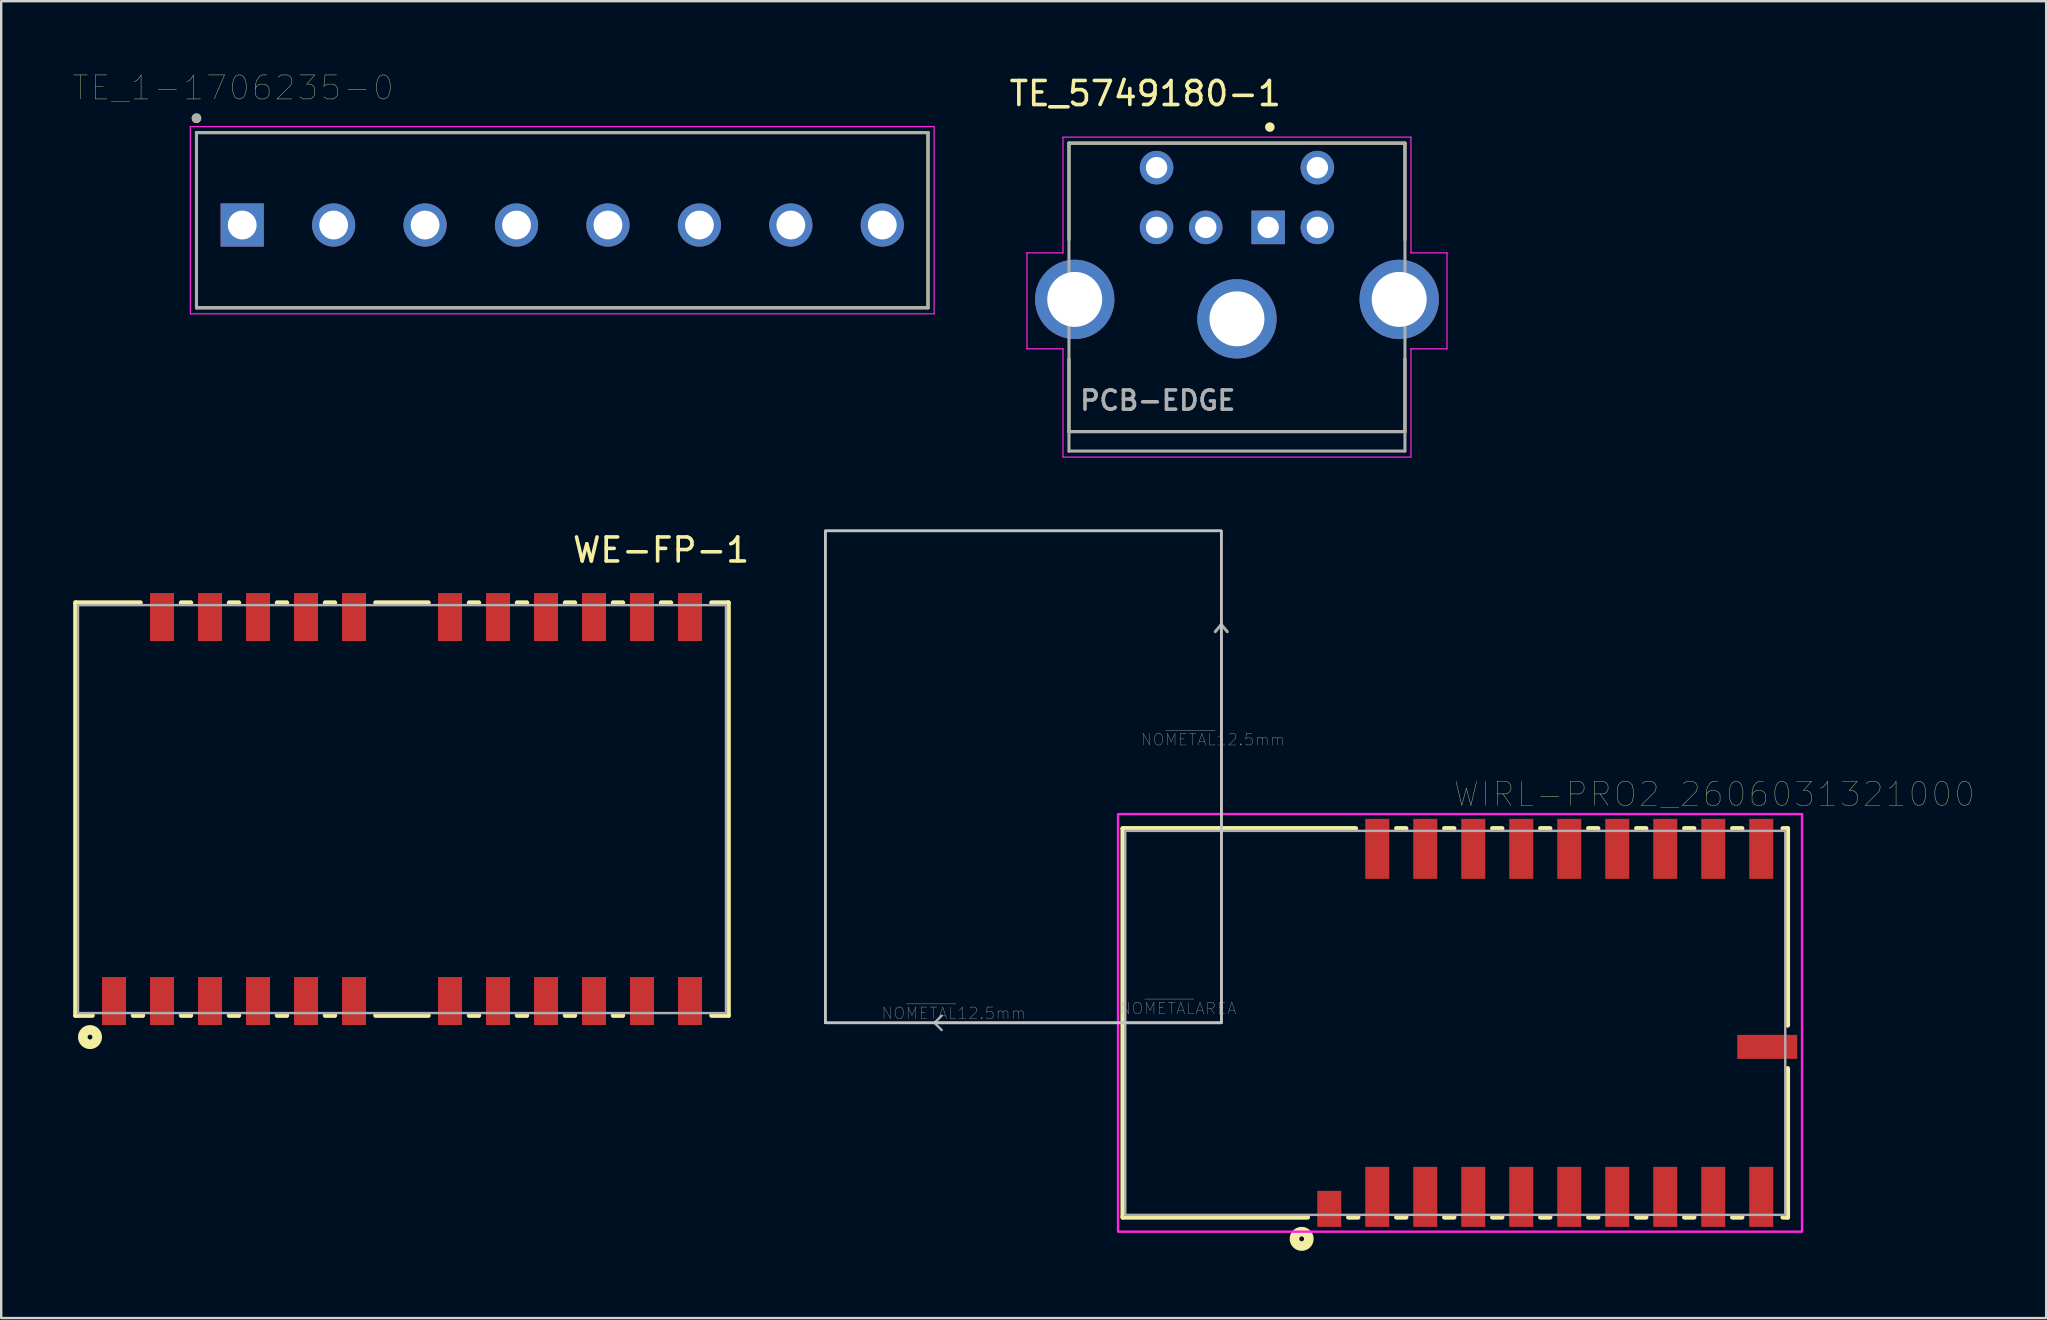
<source format=kicad_pcb>
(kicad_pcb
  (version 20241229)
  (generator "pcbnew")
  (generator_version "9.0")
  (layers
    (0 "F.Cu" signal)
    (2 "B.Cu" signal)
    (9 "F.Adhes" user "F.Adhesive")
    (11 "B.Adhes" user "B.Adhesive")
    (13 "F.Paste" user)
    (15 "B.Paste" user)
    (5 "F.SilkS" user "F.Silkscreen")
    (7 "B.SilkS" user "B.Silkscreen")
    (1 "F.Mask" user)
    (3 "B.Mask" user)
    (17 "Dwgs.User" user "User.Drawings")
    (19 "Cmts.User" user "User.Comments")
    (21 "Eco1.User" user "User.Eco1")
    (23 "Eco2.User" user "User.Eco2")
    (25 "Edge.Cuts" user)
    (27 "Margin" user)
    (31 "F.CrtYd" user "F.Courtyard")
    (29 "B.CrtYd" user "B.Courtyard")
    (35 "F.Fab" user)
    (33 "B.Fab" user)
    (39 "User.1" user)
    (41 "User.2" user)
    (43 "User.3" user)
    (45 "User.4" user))
  (footprint "WIRL-PRO2_2606031321000"
    (layer "F.Cu")
    (at 57.587 39.57)
    (property "Reference" "WIRL-PRO2_2606031321000" (at 10.795 -9.525 0) (layer "F.SilkS") (effects (font (size 1 1) (thickness 0.015))))
    (attr through_hole)
    (fp_line (start -13.85 -8.1) (end -13.85 8.1) (stroke (width 0.2) (type solid)) (layer "F.SilkS"))
    (fp_line (start -13.85 8.1) (end -6.15 8.1) (stroke (width 0.2) (type solid)) (layer "F.SilkS"))
    (fp_line (start -4.15 -8.1) (end -13.85 -8.1) (stroke (width 0.2) (type solid)) (layer "F.SilkS"))
    (fp_line (start -4.05 8.1) (end -4.45 8.1) (stroke (width 0.2) (type solid)) (layer "F.SilkS"))
    (fp_line (start -2.45 -8.1) (end -2.05 -8.1) (stroke (width 0.2) (type solid)) (layer "F.SilkS"))
    (fp_line (start -2.05 8.1) (end -2.45 8.1) (stroke (width 0.2) (type solid)) (layer "F.SilkS"))
    (fp_line (start -0.45 -8.1) (end -0.05 -8.1) (stroke (width 0.2) (type solid)) (layer "F.SilkS"))
    (fp_line (start -0.05 8.1) (end -0.45 8.1) (stroke (width 0.2) (type solid)) (layer "F.SilkS"))
    (fp_line (start 1.55 -8.1) (end 1.95 -8.1) (stroke (width 0.2) (type solid)) (layer "F.SilkS"))
    (fp_line (start 1.95 8.1) (end 1.55 8.1) (stroke (width 0.2) (type solid)) (layer "F.SilkS"))
    (fp_line (start 3.55 -8.1) (end 3.95 -8.1) (stroke (width 0.2) (type solid)) (layer "F.SilkS"))
    (fp_line (start 3.95 8.1) (end 3.55 8.1) (stroke (width 0.2) (type solid)) (layer "F.SilkS"))
    (fp_line (start 5.55 -8.1) (end 5.95 -8.1) (stroke (width 0.2) (type solid)) (layer "F.SilkS"))
    (fp_line (start 5.95 8.1) (end 5.55 8.1) (stroke (width 0.2) (type solid)) (layer "F.SilkS"))
    (fp_line (start 7.55 -8.1) (end 7.95 -8.1) (stroke (width 0.2) (type solid)) (layer "F.SilkS"))
    (fp_line (start 7.95 8.1) (end 7.55 8.1) (stroke (width 0.2) (type solid)) (layer "F.SilkS"))
    (fp_line (start 9.55 -8.1) (end 9.95 -8.1) (stroke (width 0.2) (type solid)) (layer "F.SilkS"))
    (fp_line (start 9.95 8.1) (end 9.55 8.1) (stroke (width 0.2) (type solid)) (layer "F.SilkS"))
    (fp_line (start 11.55 -8.1) (end 11.95 -8.1) (stroke (width 0.2) (type solid)) (layer "F.SilkS"))
    (fp_line (start 11.95 8.1) (end 11.55 8.1) (stroke (width 0.2) (type solid)) (layer "F.SilkS"))
    (fp_line (start 13.65 -8.1) (end 13.85 -8.1) (stroke (width 0.2) (type solid)) (layer "F.SilkS"))
    (fp_line (start 13.85 -8.1) (end 13.85 0.1) (stroke (width 0.2) (type solid)) (layer "F.SilkS"))
    (fp_line (start 13.85 1.9) (end 13.85 8.1) (stroke (width 0.2) (type solid)) (layer "F.SilkS"))
    (fp_line (start 13.85 8.1) (end 13.65 8.1) (stroke (width 0.2) (type solid)) (layer "F.SilkS"))
    (fp_circle (center -6.4 9) (end -6.3 9) (stroke (width 0.4) (type solid)) (fill no) (layer "F.SilkS"))
    (fp_poly (pts (xy -26.25 -20.5) (xy -9.75 -20.5) (xy -9.75 0) (xy -26.25 0)) (stroke (width 0.1) (type solid)) (fill no) (layer "Dwgs.User"))
    (fp_poly (pts (xy -26.25 -20.5) (xy -9.75 -20.5) (xy -9.75 0) (xy -26.25 0)) (stroke (width 0.1) (type solid)) (fill no) (layer "Dwgs.User"))
    (fp_poly (pts (xy -26.25 -20.5) (xy -9.75 -20.5) (xy -9.75 0) (xy -26.25 0)) (stroke (width 0.1) (type solid)) (fill no) (layer "Dwgs.User"))
    (fp_poly (pts (xy -14.05 -8.7) (xy 14.45 -8.7) (xy 14.45 8.7) (xy -14.05 8.7)) (stroke (width 0.1) (type solid)) (fill no) (layer "F.CrtYd"))
    (fp_line (start -21.7 0) (end -21.4 -0.3) (stroke (width 0.1) (type solid)) (layer "F.Fab"))
    (fp_line (start -21.7 0) (end -21.4 0.3) (stroke (width 0.1) (type solid)) (layer "F.Fab"))
    (fp_line (start -13.75 -8) (end -13.75 8) (stroke (width 0.1) (type solid)) (layer "F.Fab"))
    (fp_line (start -13.75 8) (end 13.75 8) (stroke (width 0.1) (type solid)) (layer "F.Fab"))
    (fp_line (start -9.75 -16.6) (end -10 -16.3) (stroke (width 0.127) (type solid)) (layer "F.Fab"))
    (fp_line (start -9.75 -16.6) (end -9.5 -16.3) (stroke (width 0.127) (type solid)) (layer "F.Fab"))
    (fp_line (start -9.75 0) (end -21.7 0) (stroke (width 0.1) (type solid)) (layer "F.Fab"))
    (fp_line (start -9.75 0) (end -9.75 -16.6) (stroke (width 0.1) (type solid)) (layer "F.Fab"))
    (fp_line (start 13.75 -8) (end -13.75 -8) (stroke (width 0.1) (type solid)) (layer "F.Fab"))
    (fp_line (start 13.75 8) (end 13.75 -8) (stroke (width 0.1) (type solid)) (layer "F.Fab"))
    (fp_text user "NO~{METAL}12.5mm" (at -20.9 -0.4 0) (layer "F.Fab") (effects (font (size 0.48 0.48) (thickness 0.015))))
    (fp_text user "NO~{METAL}AREA" (at -11.55 -0.6 0) (layer "F.Fab") (effects (font (size 0.48 0.48) (thickness 0.015))))
    (fp_text user "NO~{METAL}12.5mm" (at -10.1 -11.8 0) (layer "F.Fab") (effects (font (size 0.48 0.48) (thickness 0.015))))
    (pad "1" smd rect (at -5.25 7.75) (size 1 1.5) (layers "F.Cu" "F.Mask" "F.Paste"))
    (pad "2" smd rect (at -3.25 7.25) (size 1 2.5) (layers "F.Cu" "F.Mask" "F.Paste"))
    (pad "3" smd rect (at -1.25 7.25) (size 1 2.5) (layers "F.Cu" "F.Mask" "F.Paste"))
    (pad "4" smd rect (at 0.75 7.25) (size 1 2.5) (layers "F.Cu" "F.Mask" "F.Paste"))
    (pad "5" smd rect (at 2.75 7.25) (size 1 2.5) (layers "F.Cu" "F.Mask" "F.Paste"))
    (pad "6" smd rect (at 4.75 7.25) (size 1 2.5) (layers "F.Cu" "F.Mask" "F.Paste"))
    (pad "7" smd rect (at 6.75 7.25) (size 1 2.5) (layers "F.Cu" "F.Mask" "F.Paste"))
    (pad "8" smd rect (at 8.75 7.25) (size 1 2.5) (layers "F.Cu" "F.Mask" "F.Paste"))
    (pad "9" smd rect (at 10.75 7.25) (size 1 2.5) (layers "F.Cu" "F.Mask" "F.Paste"))
    (pad "10" smd rect (at 12.75 7.25) (size 1 2.5) (layers "F.Cu" "F.Mask" "F.Paste"))
    (pad "11" smd rect (at 12.75 -7.25) (size 1 2.5) (layers "F.Cu" "F.Mask" "F.Paste"))
    (pad "12" smd rect (at 10.75 -7.25) (size 1 2.5) (layers "F.Cu" "F.Mask" "F.Paste"))
    (pad "13" smd rect (at 8.75 -7.25) (size 1 2.5) (layers "F.Cu" "F.Mask" "F.Paste"))
    (pad "14" smd rect (at 6.75 -7.25) (size 1 2.5) (layers "F.Cu" "F.Mask" "F.Paste"))
    (pad "15" smd rect (at 4.75 -7.25) (size 1 2.5) (layers "F.Cu" "F.Mask" "F.Paste"))
    (pad "16" smd rect (at 2.75 -7.25) (size 1 2.5) (layers "F.Cu" "F.Mask" "F.Paste"))
    (pad "17" smd rect (at 0.75 -7.25) (size 1 2.5) (layers "F.Cu" "F.Mask" "F.Paste"))
    (pad "18" smd rect (at -1.25 -7.25) (size 1 2.5) (layers "F.Cu" "F.Mask" "F.Paste"))
    (pad "19" smd rect (at -3.25 -7.25) (size 1 2.5) (layers "F.Cu" "F.Mask" "F.Paste"))
    (pad "I1" smd rect (at 13 1) (size 2.5 1) (layers "F.Cu" "F.Mask" "F.Paste")))
  (footprint "TE_1-1706235-0"
    (layer "F.Cu")
    (at 20.377 6.326)
    (property "Reference" "TE_1-1706235-0" (at -13.716 -5.715 0) (layer "F.SilkS") (effects (font (size 1 1) (thickness 0.015))))
    (attr through_hole)
    (fp_line (start -15.24 -3.85) (end 15.24 -3.85) (stroke (width 0.127) (type solid)) (layer "F.SilkS"))
    (fp_line (start -15.24 3.45) (end -15.24 -3.85) (stroke (width 0.127) (type solid)) (layer "F.SilkS"))
    (fp_line (start 15.24 -3.85) (end 15.24 3.45) (stroke (width 0.127) (type solid)) (layer "F.SilkS"))
    (fp_line (start 15.24 3.45) (end -15.24 3.45) (stroke (width 0.127) (type solid)) (layer "F.SilkS"))
    (fp_circle (center -15.24 -4.45) (end -15.14 -4.45) (stroke (width 0.2) (type solid)) (fill no) (layer "F.SilkS"))
    (fp_line (start -15.494 -4.1) (end 15.494 -4.1) (stroke (width 0.05) (type solid)) (layer "F.CrtYd"))
    (fp_line (start -15.494 3.7) (end -15.494 -4.1) (stroke (width 0.05) (type solid)) (layer "F.CrtYd"))
    (fp_line (start 15.494 -4.1) (end 15.494 3.7) (stroke (width 0.05) (type solid)) (layer "F.CrtYd"))
    (fp_line (start 15.494 3.7) (end -15.494 3.7) (stroke (width 0.05) (type solid)) (layer "F.CrtYd"))
    (fp_line (start -15.24 -3.85) (end 15.24 -3.85) (stroke (width 0.127) (type solid)) (layer "F.Fab"))
    (fp_line (start -15.24 3.45) (end -15.24 -3.85) (stroke (width 0.127) (type solid)) (layer "F.Fab"))
    (fp_line (start 15.24 -3.85) (end 15.24 3.45) (stroke (width 0.127) (type solid)) (layer "F.Fab"))
    (fp_line (start 15.24 3.45) (end -15.24 3.45) (stroke (width 0.127) (type solid)) (layer "F.Fab"))
    (fp_circle (center -15.24 -4.45) (end -15.14 -4.45) (stroke (width 0.2) (type solid)) (fill no) (layer "F.Fab"))
    (pad "1" thru_hole rect (at -13.335 0) (size 1.8 1.8) (drill 1.2) (layers "*.Cu" "*.Mask"))
    (pad "2" thru_hole circle (at -9.525 0) (size 1.8 1.8) (drill 1.2) (layers "*.Cu" "*.Mask"))
    (pad "3" thru_hole circle (at -5.715 0) (size 1.8 1.8) (drill 1.2) (layers "*.Cu" "*.Mask"))
    (pad "4" thru_hole circle (at -1.905 0) (size 1.8 1.8) (drill 1.2) (layers "*.Cu" "*.Mask"))
    (pad "5" thru_hole circle (at 1.905 0) (size 1.8 1.8) (drill 1.2) (layers "*.Cu" "*.Mask"))
    (pad "6" thru_hole circle (at 5.715 0) (size 1.8 1.8) (drill 1.2) (layers "*.Cu" "*.Mask"))
    (pad "7" thru_hole circle (at 9.525 0) (size 1.8 1.8) (drill 1.2) (layers "*.Cu" "*.Mask"))
    (pad "8" thru_hole circle (at 13.335 0) (size 1.8 1.8) (drill 1.2) (layers "*.Cu" "*.Mask")))
  (footprint "TE_5749180-1"
    (layer "F.Cu")
    (at 48.491 10.235)
    (property "Reference" "TE_5749180-1" (at -3.821 -9.386 0) (layer "F.SilkS") (effects (font (size 1.001 1.001) (thickness 0.15))))
    (attr through_hole)
    (fp_line (start -7 -7.32) (end -7 -3.3) (stroke (width 0.127) (type solid)) (layer "F.SilkS"))
    (fp_line (start -7 1.68) (end -7 4.7) (stroke (width 0.127) (type solid)) (layer "F.SilkS"))
    (fp_line (start -7 4.7) (end 7 4.7) (stroke (width 0.127) (type solid)) (layer "F.SilkS"))
    (fp_line (start 7 -7.32) (end -7 -7.32) (stroke (width 0.127) (type solid)) (layer "F.SilkS"))
    (fp_line (start 7 -3.3) (end 7 -7.32) (stroke (width 0.127) (type solid)) (layer "F.SilkS"))
    (fp_line (start 7 4.7) (end 7 1.68) (stroke (width 0.127) (type solid)) (layer "F.SilkS"))
    (fp_circle (center 1.37 -7.99) (end 1.47 -7.99) (stroke (width 0.2) (type solid)) (fill no) (layer "F.SilkS"))
    (fp_line (start -8.75 -2.75) (end -8.75 1.25) (stroke (width 0.05) (type solid)) (layer "F.CrtYd"))
    (fp_line (start -8.75 1.25) (end -7.25 1.25) (stroke (width 0.05) (type solid)) (layer "F.CrtYd"))
    (fp_line (start -7.25 -7.57) (end -7.25 -2.75) (stroke (width 0.05) (type solid)) (layer "F.CrtYd"))
    (fp_line (start -7.25 -2.75) (end -8.75 -2.75) (stroke (width 0.05) (type solid)) (layer "F.CrtYd"))
    (fp_line (start -7.25 1.25) (end -7.25 5.76) (stroke (width 0.05) (type solid)) (layer "F.CrtYd"))
    (fp_line (start -7.25 5.76) (end 7.25 5.76) (stroke (width 0.05) (type solid)) (layer "F.CrtYd"))
    (fp_line (start 7.25 -7.57) (end -7.25 -7.57) (stroke (width 0.05) (type solid)) (layer "F.CrtYd"))
    (fp_line (start 7.25 -2.75) (end 7.25 -7.57) (stroke (width 0.05) (type solid)) (layer "F.CrtYd"))
    (fp_line (start 7.25 1.25) (end 8.75 1.25) (stroke (width 0.05) (type solid)) (layer "F.CrtYd"))
    (fp_line (start 7.25 5.76) (end 7.25 1.25) (stroke (width 0.05) (type solid)) (layer "F.CrtYd"))
    (fp_line (start 8.75 -2.75) (end 7.25 -2.75) (stroke (width 0.05) (type solid)) (layer "F.CrtYd"))
    (fp_line (start 8.75 1.25) (end 8.75 -2.75) (stroke (width 0.05) (type solid)) (layer "F.CrtYd"))
    (fp_line (start -7 -7.32) (end -7 4.7) (stroke (width 0.127) (type solid)) (layer "F.Fab"))
    (fp_line (start -7 4.7) (end -7 5.51) (stroke (width 0.127) (type solid)) (layer "F.Fab"))
    (fp_line (start -7 4.7) (end 7 4.7) (stroke (width 0.127) (type solid)) (layer "F.Fab"))
    (fp_line (start -7 5.51) (end 7 5.51) (stroke (width 0.127) (type solid)) (layer "F.Fab"))
    (fp_line (start 7 -7.32) (end -7 -7.32) (stroke (width 0.127) (type solid)) (layer "F.Fab"))
    (fp_line (start 7 4.7) (end 7 -7.32) (stroke (width 0.127) (type solid)) (layer "F.Fab"))
    (fp_line (start 7 5.51) (end 7 4.7) (stroke (width 0.127) (type solid)) (layer "F.Fab"))
    (fp_text user "PCB-EDGE" (at -3.3 3.4 0) (layer "F.Fab") (effects (font (size 0.801 0.801) (thickness 0.15))))
    (pad "1" thru_hole rect (at 1.3 -3.81) (size 1.398 1.398) (drill 0.89) (layers "*.Cu" "*.Mask"))
    (pad "2" thru_hole circle (at -1.3 -3.81) (size 1.398 1.398) (drill 0.89) (layers "*.Cu" "*.Mask"))
    (pad "3" thru_hole circle (at 3.35 -3.81) (size 1.398 1.398) (drill 0.89) (layers "*.Cu" "*.Mask"))
    (pad "4" thru_hole circle (at -3.35 -3.81) (size 1.398 1.398) (drill 0.89) (layers "*.Cu" "*.Mask"))
    (pad "5" thru_hole circle (at 3.35 -6.3) (size 1.398 1.398) (drill 0.89) (layers "*.Cu" "*.Mask"))
    (pad "6" thru_hole circle (at -3.35 -6.3) (size 1.398 1.398) (drill 0.89) (layers "*.Cu" "*.Mask"))
    (pad "S1" thru_hole circle (at 0 0) (size 3.306 3.306) (drill 2.29) (layers "*.Cu" "*.Mask"))
    (pad "S2" thru_hole circle (at -6.76 -0.81) (size 3.306 3.306) (drill 2.29) (layers "*.Cu" "*.Mask"))
    (pad "S3" thru_hole circle (at 6.76 -0.81) (size 3.306 3.306) (drill 2.29) (layers "*.Cu" "*.Mask")))
  (footprint "WE-FP-1"
    (layer "F.Cu")
    (at 13.7 30.663)
    (property "Reference" "WE-FP-1" (at 10.795 -10.795 0) (layer "F.SilkS") (effects (font (size 1 1) (thickness 0.15))))
    (attr smd)
    (fp_line (start -13.6 -8.6) (end -13.6 8.6) (stroke (width 0.2) (type solid)) (layer "F.SilkS"))
    (fp_line (start -13.6 8.6) (end -12.9 8.6) (stroke (width 0.2) (type solid)) (layer "F.SilkS"))
    (fp_line (start -10.9 -8.6) (end -13.6 -8.6) (stroke (width 0.2) (type solid)) (layer "F.SilkS"))
    (fp_line (start -10.8 8.6) (end -11.2 8.6) (stroke (width 0.2) (type solid)) (layer "F.SilkS"))
    (fp_line (start -9.2 -8.6) (end -8.8 -8.6) (stroke (width 0.2) (type solid)) (layer "F.SilkS"))
    (fp_line (start -8.8 8.6) (end -9.2 8.6) (stroke (width 0.2) (type solid)) (layer "F.SilkS"))
    (fp_line (start -7.2 -8.6) (end -6.8 -8.6) (stroke (width 0.2) (type solid)) (layer "F.SilkS"))
    (fp_line (start -6.8 8.6) (end -7.2 8.6) (stroke (width 0.2) (type solid)) (layer "F.SilkS"))
    (fp_line (start -5.2 -8.6) (end -4.8 -8.6) (stroke (width 0.2) (type solid)) (layer "F.SilkS"))
    (fp_line (start -4.8 8.6) (end -5.2 8.6) (stroke (width 0.2) (type solid)) (layer "F.SilkS"))
    (fp_line (start -3.2 -8.6) (end -2.8 -8.6) (stroke (width 0.2) (type solid)) (layer "F.SilkS"))
    (fp_line (start -2.8 8.6) (end -3.2 8.6) (stroke (width 0.2) (type solid)) (layer "F.SilkS"))
    (fp_line (start -1.1 -8.6) (end 1.1 -8.6) (stroke (width 0.2) (type solid)) (layer "F.SilkS"))
    (fp_line (start 1.1 8.6) (end -1.1 8.6) (stroke (width 0.2) (type solid)) (layer "F.SilkS"))
    (fp_line (start 2.8 -8.6) (end 3.2 -8.6) (stroke (width 0.2) (type solid)) (layer "F.SilkS"))
    (fp_line (start 3.2 8.6) (end 2.8 8.6) (stroke (width 0.2) (type solid)) (layer "F.SilkS"))
    (fp_line (start 4.8 -8.6) (end 5.2 -8.6) (stroke (width 0.2) (type solid)) (layer "F.SilkS"))
    (fp_line (start 5.2 8.6) (end 4.8 8.6) (stroke (width 0.2) (type solid)) (layer "F.SilkS"))
    (fp_line (start 6.8 -8.6) (end 7.2 -8.6) (stroke (width 0.2) (type solid)) (layer "F.SilkS"))
    (fp_line (start 7.2 8.6) (end 6.8 8.6) (stroke (width 0.2) (type solid)) (layer "F.SilkS"))
    (fp_line (start 8.8 -8.6) (end 9.2 -8.6) (stroke (width 0.2) (type solid)) (layer "F.SilkS"))
    (fp_line (start 9.2 8.6) (end 8.8 8.6) (stroke (width 0.2) (type solid)) (layer "F.SilkS"))
    (fp_line (start 10.8 -8.6) (end 11.2 -8.6) (stroke (width 0.2) (type solid)) (layer "F.SilkS"))
    (fp_line (start 12.9 8.6) (end 13.6 8.6) (stroke (width 0.2) (type solid)) (layer "F.SilkS"))
    (fp_line (start 13.6 -8.6) (end 12.9 -8.6) (stroke (width 0.2) (type solid)) (layer "F.SilkS"))
    (fp_line (start 13.6 8.6) (end 13.6 -8.6) (stroke (width 0.2) (type solid)) (layer "F.SilkS"))
    (fp_circle (center -13 9.5) (end -12.9 9.5) (stroke (width 0.4) (type solid)) (fill no) (layer "F.SilkS"))
    (fp_line (start -13.5 -8.5) (end 13.5 -8.5) (stroke (width 0.1) (type solid)) (layer "F.Fab"))
    (fp_line (start -13.5 8.5) (end -13.5 -8.5) (stroke (width 0.1) (type solid)) (layer "F.Fab"))
    (fp_line (start 13.5 -8.5) (end 13.5 8.5) (stroke (width 0.1) (type solid)) (layer "F.Fab"))
    (fp_line (start 13.5 8.5) (end -13.5 8.5) (stroke (width 0.1) (type solid)) (layer "F.Fab"))
    (pad "1" smd rect (at -12 8) (size 1 2) (layers "F.Cu" "F.Mask" "F.Paste"))
    (pad "2" smd rect (at -10 8) (size 1 2) (layers "F.Cu" "F.Mask" "F.Paste"))
    (pad "3" smd rect (at -8 8) (size 1 2) (layers "F.Cu" "F.Mask" "F.Paste"))
    (pad "4" smd rect (at -6 8) (size 1 2) (layers "F.Cu" "F.Mask" "F.Paste"))
    (pad "5" smd rect (at -4 8) (size 1 2) (layers "F.Cu" "F.Mask" "F.Paste"))
    (pad "6" smd rect (at -2 8) (size 1 2) (layers "F.Cu" "F.Mask" "F.Paste"))
    (pad "7" smd rect (at 2 8) (size 1 2) (layers "F.Cu" "F.Mask" "F.Paste"))
    (pad "8" smd rect (at 4 8) (size 1 2) (layers "F.Cu" "F.Mask" "F.Paste"))
    (pad "9" smd rect (at 6 8) (size 1 2) (layers "F.Cu" "F.Mask" "F.Paste"))
    (pad "10" smd rect (at 8 8) (size 1 2) (layers "F.Cu" "F.Mask" "F.Paste"))
    (pad "11" smd rect (at 10 8) (size 1 2) (layers "F.Cu" "F.Mask" "F.Paste"))
    (pad "12" smd rect (at 12 8) (size 1 2) (layers "F.Cu" "F.Mask" "F.Paste"))
    (pad "13" smd rect (at 12 -8) (size 1 2) (layers "F.Cu" "F.Mask" "F.Paste"))
    (pad "14" smd rect (at 10 -8) (size 1 2) (layers "F.Cu" "F.Mask" "F.Paste"))
    (pad "15" smd rect (at 8 -8) (size 1 2) (layers "F.Cu" "F.Mask" "F.Paste"))
    (pad "16" smd rect (at 6 -8) (size 1 2) (layers "F.Cu" "F.Mask" "F.Paste"))
    (pad "17" smd rect (at 4 -8) (size 1 2) (layers "F.Cu" "F.Mask" "F.Paste"))
    (pad "18" smd rect (at 2 -8) (size 1 2) (layers "F.Cu" "F.Mask" "F.Paste"))
    (pad "19" smd rect (at -2 -8) (size 1 2) (layers "F.Cu" "F.Mask" "F.Paste"))
    (pad "20" smd rect (at -4 -8) (size 1 2) (layers "F.Cu" "F.Mask" "F.Paste"))
    (pad "21" smd rect (at -6 -8) (size 1 2) (layers "F.Cu" "F.Mask" "F.Paste"))
    (pad "22" smd rect (at -8 -8) (size 1 2) (layers "F.Cu" "F.Mask" "F.Paste"))
    (pad "23" smd rect (at -10 -8) (size 1 2) (layers "F.Cu" "F.Mask" "F.Paste")))
  (gr_rect
    (start -3 -3)
    (end 82.209 51.87)
    (stroke (width 0.1) (type default))
    (fill no)
    (layer "Edge.Cuts")))
</source>
